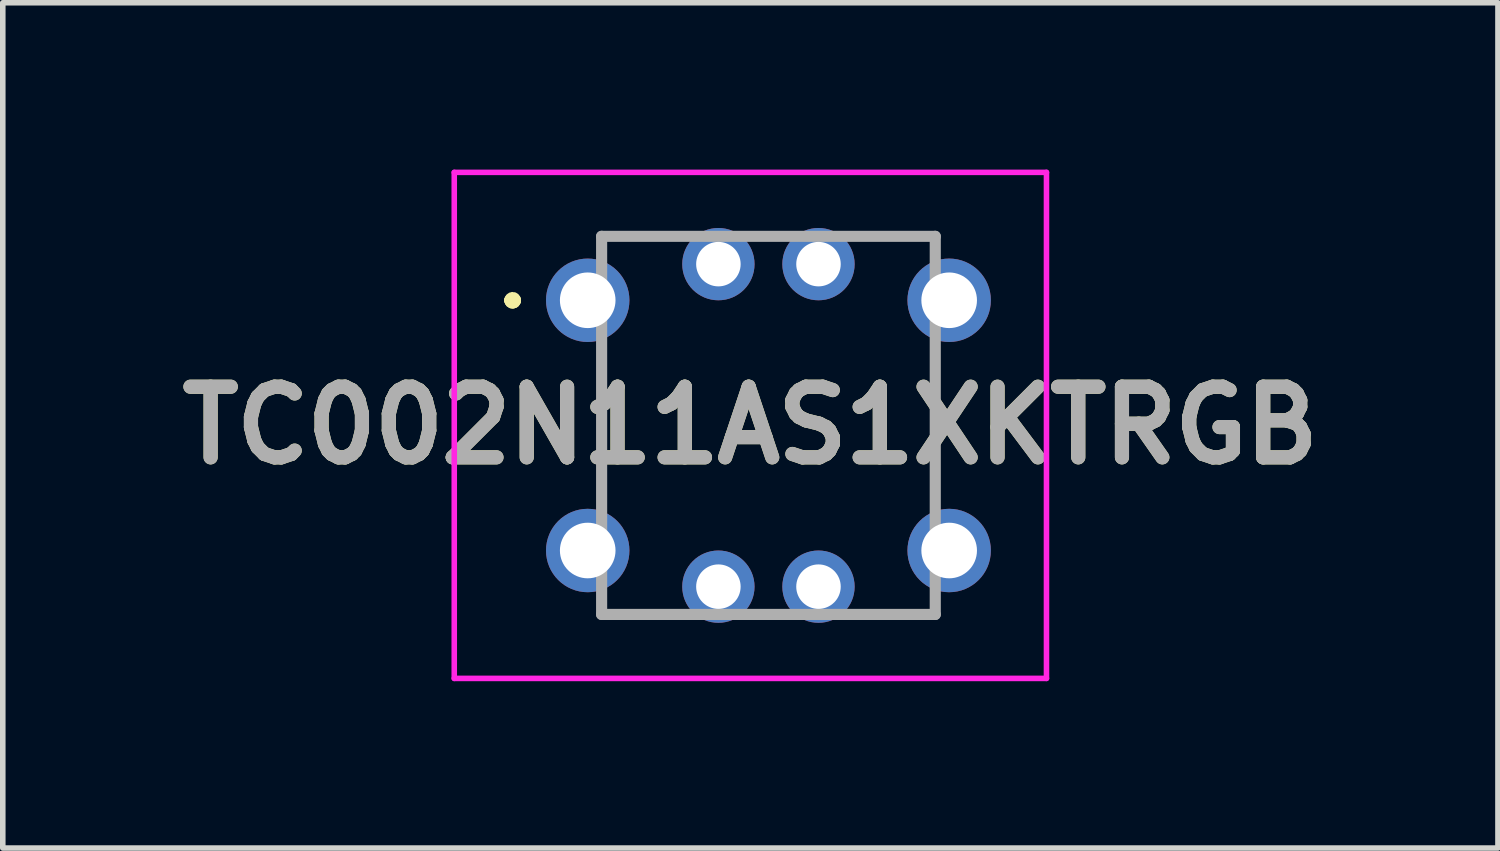
<source format=kicad_pcb>
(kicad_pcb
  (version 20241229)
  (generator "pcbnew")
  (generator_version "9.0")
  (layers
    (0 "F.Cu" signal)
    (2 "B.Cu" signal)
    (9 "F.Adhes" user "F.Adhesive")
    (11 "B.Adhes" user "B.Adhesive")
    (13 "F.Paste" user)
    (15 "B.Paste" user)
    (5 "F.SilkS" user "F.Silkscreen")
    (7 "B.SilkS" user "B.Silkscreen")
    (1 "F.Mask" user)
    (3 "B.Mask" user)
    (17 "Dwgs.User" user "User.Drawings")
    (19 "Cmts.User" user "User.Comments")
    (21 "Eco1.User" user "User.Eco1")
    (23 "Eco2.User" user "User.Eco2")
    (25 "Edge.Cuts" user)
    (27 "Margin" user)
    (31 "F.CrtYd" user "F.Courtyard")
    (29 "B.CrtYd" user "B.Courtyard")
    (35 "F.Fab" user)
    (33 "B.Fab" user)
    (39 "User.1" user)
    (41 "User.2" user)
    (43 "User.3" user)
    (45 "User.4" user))
  (footprint "TC002N11AS1XKTRGB"
    (layer "F.Cu")
    (at 7.519 2.35)
    (property "Reference" "TC002N11AS1XKTRGB" (at 2.925 2.25 0) (layer "F.SilkS") (effects (font (size 1.27 1.27) (thickness 0.254))))
    (attr through_hole)
    (fp_line (start -1.4 0) (end -1.4 0) (stroke (width 0.2) (type solid)) (layer "F.SilkS"))
    (fp_line (start -1.4 0) (end -1.4 0) (stroke (width 0.2) (type solid)) (layer "F.SilkS"))
    (fp_line (start -1.3 0) (end -1.3 0) (stroke (width 0.2) (type solid)) (layer "F.SilkS"))
    (fp_line (start 0.25 -1.15) (end 0.25 -1.15) (stroke (width 0.1) (type solid)) (layer "F.SilkS"))
    (fp_line (start 0.25 -1.15) (end 1.25 -1.15) (stroke (width 0.1) (type solid)) (layer "F.SilkS"))
    (fp_line (start 0.25 1.25) (end 0.25 1.25) (stroke (width 0.1) (type solid)) (layer "F.SilkS"))
    (fp_line (start 0.25 1.25) (end 0.25 3.25) (stroke (width 0.1) (type solid)) (layer "F.SilkS"))
    (fp_line (start 0.25 3.25) (end 0.25 1.25) (stroke (width 0.1) (type solid)) (layer "F.SilkS"))
    (fp_line (start 0.25 3.25) (end 0.25 3.25) (stroke (width 0.1) (type solid)) (layer "F.SilkS"))
    (fp_line (start 0.25 5.65) (end 0.25 5.65) (stroke (width 0.1) (type solid)) (layer "F.SilkS"))
    (fp_line (start 0.25 5.65) (end 1.25 5.65) (stroke (width 0.1) (type solid)) (layer "F.SilkS"))
    (fp_line (start 1.25 -1.15) (end 0.25 -1.15) (stroke (width 0.1) (type solid)) (layer "F.SilkS"))
    (fp_line (start 1.25 -1.15) (end 1.25 -1.15) (stroke (width 0.1) (type solid)) (layer "F.SilkS"))
    (fp_line (start 1.25 5.65) (end 0.25 5.65) (stroke (width 0.1) (type solid)) (layer "F.SilkS"))
    (fp_line (start 1.25 5.65) (end 1.25 5.65) (stroke (width 0.1) (type solid)) (layer "F.SilkS"))
    (fp_line (start 5 -1.15) (end 5 -1.15) (stroke (width 0.1) (type solid)) (layer "F.SilkS"))
    (fp_line (start 5 -1.15) (end 6.25 -1.15) (stroke (width 0.1) (type solid)) (layer "F.SilkS"))
    (fp_line (start 5.25 5.65) (end 5.25 5.65) (stroke (width 0.1) (type solid)) (layer "F.SilkS"))
    (fp_line (start 5.25 5.65) (end 6.25 5.65) (stroke (width 0.1) (type solid)) (layer "F.SilkS"))
    (fp_line (start 6.25 -1.15) (end 5 -1.15) (stroke (width 0.1) (type solid)) (layer "F.SilkS"))
    (fp_line (start 6.25 -1.15) (end 6.25 -1.15) (stroke (width 0.1) (type solid)) (layer "F.SilkS"))
    (fp_line (start 6.25 1.25) (end 6.25 1.25) (stroke (width 0.1) (type solid)) (layer "F.SilkS"))
    (fp_line (start 6.25 1.25) (end 6.25 3.25) (stroke (width 0.1) (type solid)) (layer "F.SilkS"))
    (fp_line (start 6.25 3.25) (end 6.25 1.25) (stroke (width 0.1) (type solid)) (layer "F.SilkS"))
    (fp_line (start 6.25 3.25) (end 6.25 3.25) (stroke (width 0.1) (type solid)) (layer "F.SilkS"))
    (fp_line (start 6.25 5.65) (end 5.25 5.65) (stroke (width 0.1) (type solid)) (layer "F.SilkS"))
    (fp_line (start 6.25 5.65) (end 6.25 5.65) (stroke (width 0.1) (type solid)) (layer "F.SilkS"))
    (fp_arc (start -1.4 0) (mid -1.35 -0.05) (end -1.3 0) (stroke (width 0.2) (type solid)) (layer "F.SilkS"))
    (fp_arc (start -1.3 0) (mid -1.35 0.05) (end -1.4 0) (stroke (width 0.2) (type solid)) (layer "F.SilkS"))
    (fp_arc (start -1.3 0) (mid -1.35 0.05) (end -1.4 0) (stroke (width 0.2) (type solid)) (layer "F.SilkS"))
    (fp_line (start -2.4 -2.3) (end 8.25 -2.3) (stroke (width 0.1) (type solid)) (layer "F.CrtYd"))
    (fp_line (start -2.4 6.8) (end -2.4 -2.3) (stroke (width 0.1) (type solid)) (layer "F.CrtYd"))
    (fp_line (start 8.25 -2.3) (end 8.25 6.8) (stroke (width 0.1) (type solid)) (layer "F.CrtYd"))
    (fp_line (start 8.25 6.8) (end -2.4 6.8) (stroke (width 0.1) (type solid)) (layer "F.CrtYd"))
    (fp_line (start 0.25 -1.15) (end 0.25 5.65) (stroke (width 0.2) (type solid)) (layer "F.Fab"))
    (fp_line (start 0.25 5.65) (end 6.25 5.65) (stroke (width 0.2) (type solid)) (layer "F.Fab"))
    (fp_line (start 6.25 -1.15) (end 0.25 -1.15) (stroke (width 0.2) (type solid)) (layer "F.Fab"))
    (fp_line (start 6.25 5.65) (end 6.25 -1.15) (stroke (width 0.2) (type solid)) (layer "F.Fab"))
    (fp_text user "${REFERENCE}" (at 2.925 2.25 0) (layer "F.Fab") (effects (font (size 1.27 1.27) (thickness 0.254))))
    (pad "1" thru_hole circle (at 0 0) (size 1.5 1.5) (drill 1) (layers "*.Cu" "*.Mask"))
    (pad "2" thru_hole circle (at 6.5 0) (size 1.5 1.5) (drill 1) (layers "*.Cu" "*.Mask"))
    (pad "3" thru_hole circle (at 0 4.5) (size 1.5 1.5) (drill 1) (layers "*.Cu" "*.Mask"))
    (pad "4" thru_hole circle (at 6.5 4.5) (size 1.5 1.5) (drill 1) (layers "*.Cu" "*.Mask"))
    (pad "5" thru_hole circle (at 2.35 -0.65) (size 1.3 1.3) (drill 0.8) (layers "*.Cu" "*.Mask"))
    (pad "6" thru_hole circle (at 4.15 -0.65) (size 1.3 1.3) (drill 0.8) (layers "*.Cu" "*.Mask"))
    (pad "7" thru_hole circle (at 4.15 5.15) (size 1.3 1.3) (drill 0.8) (layers "*.Cu" "*.Mask"))
    (pad "8" thru_hole circle (at 2.35 5.15) (size 1.3 1.3) (drill 0.8) (layers "*.Cu" "*.Mask")))
  (gr_rect
    (start -3 -3)
    (end 23.888 12.2)
    (stroke (width 0.1) (type default))
    (fill no)
    (layer "Edge.Cuts")))
</source>
